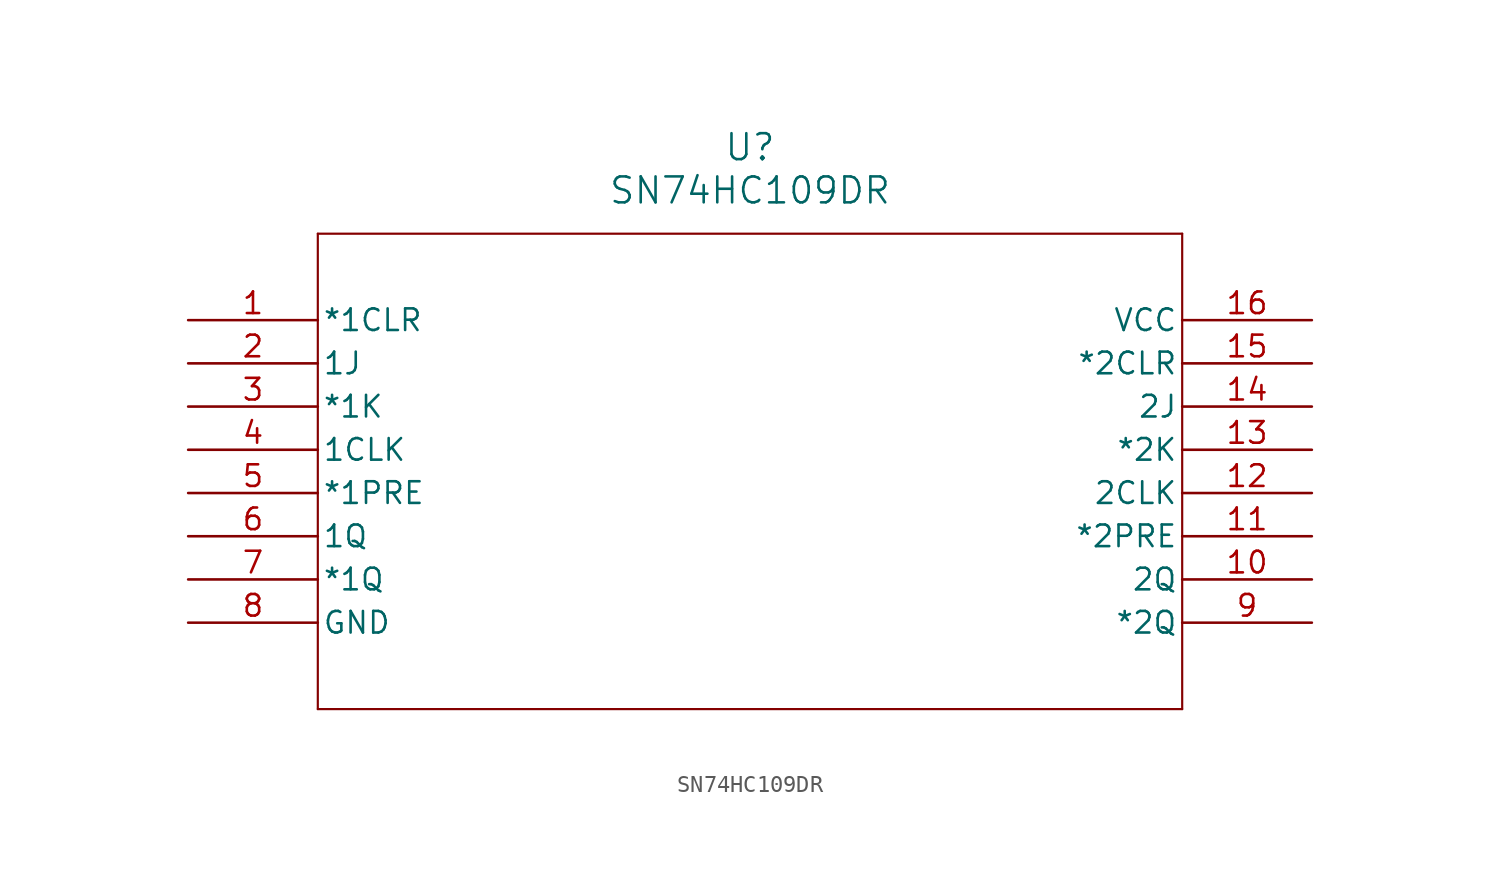
<source format=kicad_sym>
(kicad_symbol_lib
  (version 20211014)
  (generator kicad_symbol_editor)
  (symbol "SN74HC109DR"
    (pin_names
      (offset 0.254))
    (property "Reference" "U"
      (at 33.02 10.16 0)
      (effects (font (size 1.524 1.524))))
    (property "Value" "SN74HC109DR"
      (at 33.02 7.62 0)
      (effects (font (size 1.524 1.524))))
    (symbol "SN74HC109DR_0_1"
      (polyline (pts (xy 7.62 5.08) (xy 7.62 -22.86)) (stroke (width 0.127) (type default) (color 0 0 0 0)) (fill (type none)))
      (polyline (pts (xy 7.62 -22.86) (xy 58.42 -22.86)) (stroke (width 0.127) (type default) (color 0 0 0 0)) (fill (type none)))
      (polyline (pts (xy 58.42 -22.86) (xy 58.42 5.08)) (stroke (width 0.127) (type default) (color 0 0 0 0)) (fill (type none)))
      (polyline (pts (xy 58.42 5.08) (xy 7.62 5.08)) (stroke (width 0.127) (type default) (color 0 0 0 0)) (fill (type none)))
      (pin input line (at 0 0 0) (length 7.62) (name "*1CLR" (effects (font (size 1.27 1.27)))) (number "1" (effects (font (size 1.27 1.27)))))
      (pin input line (at 0 -2.54 0) (length 7.62) (name "1J" (effects (font (size 1.27 1.27)))) (number "2" (effects (font (size 1.27 1.27)))))
      (pin input line (at 0 -5.08 0) (length 7.62) (name "*1K" (effects (font (size 1.27 1.27)))) (number "3" (effects (font (size 1.27 1.27)))))
      (pin input line (at 0 -7.62 0) (length 7.62) (name "1CLK" (effects (font (size 1.27 1.27)))) (number "4" (effects (font (size 1.27 1.27)))))
      (pin input line (at 0 -10.16 0) (length 7.62) (name "*1PRE" (effects (font (size 1.27 1.27)))) (number "5" (effects (font (size 1.27 1.27)))))
      (pin output line (at 0 -12.7 0) (length 7.62) (name "1Q" (effects (font (size 1.27 1.27)))) (number "6" (effects (font (size 1.27 1.27)))))
      (pin output line (at 0 -15.24 0) (length 7.62) (name "*1Q" (effects (font (size 1.27 1.27)))) (number "7" (effects (font (size 1.27 1.27)))))
      (pin power_in line (at 0 -17.78 0) (length 7.62) (name "GND" (effects (font (size 1.27 1.27)))) (number "8" (effects (font (size 1.27 1.27)))))
      (pin output line (at 66.04 -17.78 180) (length 7.62) (name "*2Q" (effects (font (size 1.27 1.27)))) (number "9" (effects (font (size 1.27 1.27)))))
      (pin output line (at 66.04 -15.24 180) (length 7.62) (name "2Q" (effects (font (size 1.27 1.27)))) (number "10" (effects (font (size 1.27 1.27)))))
      (pin input line (at 66.04 -12.7 180) (length 7.62) (name "*2PRE" (effects (font (size 1.27 1.27)))) (number "11" (effects (font (size 1.27 1.27)))))
      (pin input line (at 66.04 -10.16 180) (length 7.62) (name "2CLK" (effects (font (size 1.27 1.27)))) (number "12" (effects (font (size 1.27 1.27)))))
      (pin input line (at 66.04 -7.62 180) (length 7.62) (name "*2K" (effects (font (size 1.27 1.27)))) (number "13" (effects (font (size 1.27 1.27)))))
      (pin input line (at 66.04 -5.08 180) (length 7.62) (name "2J" (effects (font (size 1.27 1.27)))) (number "14" (effects (font (size 1.27 1.27)))))
      (pin input line (at 66.04 -2.54 180) (length 7.62) (name "*2CLR" (effects (font (size 1.27 1.27)))) (number "15" (effects (font (size 1.27 1.27)))))
      (pin power_in line (at 66.04 0 180) (length 7.62) (name "VCC" (effects (font (size 1.27 1.27)))) (number "16" (effects (font (size 1.27 1.27))))))))
</source>
